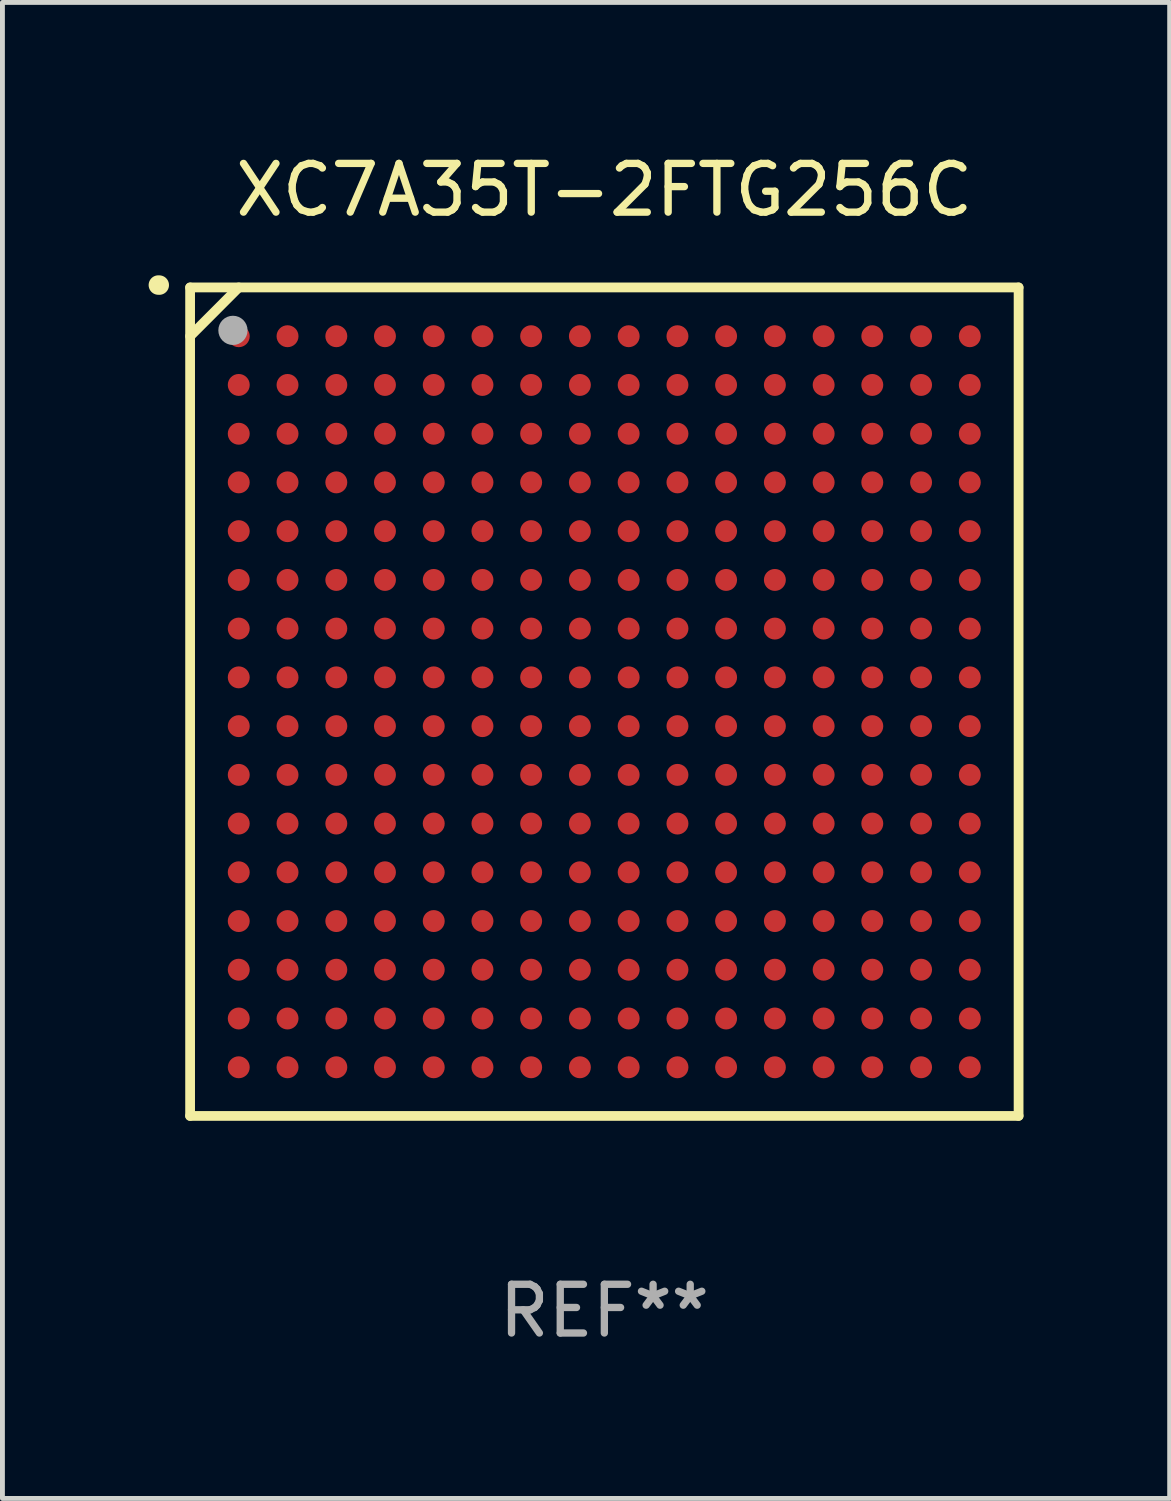
<source format=kicad_pcb>
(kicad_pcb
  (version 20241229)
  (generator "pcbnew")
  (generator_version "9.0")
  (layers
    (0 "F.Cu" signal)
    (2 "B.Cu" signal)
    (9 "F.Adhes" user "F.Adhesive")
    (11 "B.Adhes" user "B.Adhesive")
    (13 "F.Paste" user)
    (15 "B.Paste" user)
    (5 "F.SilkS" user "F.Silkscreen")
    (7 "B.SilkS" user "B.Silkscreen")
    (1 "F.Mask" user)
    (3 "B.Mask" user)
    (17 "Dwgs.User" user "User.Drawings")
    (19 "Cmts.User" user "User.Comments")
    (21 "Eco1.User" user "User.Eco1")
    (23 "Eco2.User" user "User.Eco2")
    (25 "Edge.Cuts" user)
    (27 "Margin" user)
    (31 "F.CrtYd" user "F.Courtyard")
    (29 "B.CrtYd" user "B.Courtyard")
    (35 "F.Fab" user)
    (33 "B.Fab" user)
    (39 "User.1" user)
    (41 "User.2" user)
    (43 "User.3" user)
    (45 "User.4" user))
  (footprint "XC7A35T-2FTG256C"
    (layer "F.Cu")
    (at 9.351 11.348)
    (property "Reference" "XC7A35T-2FTG256C" (at 0 -10.5 0) (layer "F.SilkS") (effects (font (size 1 1) (thickness 0.15))))
    (attr through_hole)
    (fp_line (start -8.5 -8.5) (end 8.5 -8.5) (stroke (width 0.2) (type solid)) (layer "F.SilkS"))
    (fp_line (start -8.5 -7.499) (end -7.502 -8.5) (stroke (width 0.2) (type solid)) (layer "F.SilkS"))
    (fp_line (start -8.5 8.5) (end -8.5 -8.5) (stroke (width 0.2) (type solid)) (layer "F.SilkS"))
    (fp_line (start 8.5 -8.5) (end 8.5 8.5) (stroke (width 0.2) (type solid)) (layer "F.SilkS"))
    (fp_line (start 8.5 8.5) (end -8.5 8.5) (stroke (width 0.2) (type solid)) (layer "F.SilkS"))
    (fp_arc (start -9.151181 -8.548768) (mid -9.142295 -8.548541) (end -9.133426 -8.547955) (stroke (width 0.4) (type solid)) (layer "F.SilkS"))
    (fp_circle (center -8.501 -8.499) (end -8.471 -8.499) (stroke (width 0.06) (type solid)) (fill no) (layer "F.SilkS"))
    (fp_circle (center -7.621 -7.619) (end -7.471 -7.619) (stroke (width 0.3) (type solid)) (fill no) (layer "F.Fab"))
    (fp_text user "REF**" (at 0 12.5 0) (layer "F.Fab") (effects (font (size 1 1) (thickness 0.15))))
    (pad "A1" smd circle (at -7.502 -7.499) (size 0.45 0.45) (layers "F.Cu" "F.Mask" "F.Paste"))
    (pad "A2" smd circle (at -6.501 -7.499) (size 0.45 0.45) (layers "F.Cu" "F.Mask" "F.Paste"))
    (pad "A3" smd circle (at -5.5 -7.499) (size 0.45 0.45) (layers "F.Cu" "F.Mask" "F.Paste"))
    (pad "A4" smd circle (at -4.502 -7.499) (size 0.45 0.45) (layers "F.Cu" "F.Mask" "F.Paste"))
    (pad "A5" smd circle (at -3.501 -7.499) (size 0.45 0.45) (layers "F.Cu" "F.Mask" "F.Paste"))
    (pad "A6" smd circle (at -2.501 -7.499) (size 0.45 0.45) (layers "F.Cu" "F.Mask" "F.Paste"))
    (pad "A7" smd circle (at -1.502 -7.499) (size 0.45 0.45) (layers "F.Cu" "F.Mask" "F.Paste"))
    (pad "A8" smd circle (at -0.502 -7.499) (size 0.45 0.45) (layers "F.Cu" "F.Mask" "F.Paste"))
    (pad "A9" smd circle (at 0.499 -7.499) (size 0.45 0.45) (layers "F.Cu" "F.Mask" "F.Paste"))
    (pad "A10" smd circle (at 1.5 -7.499) (size 0.45 0.45) (layers "F.Cu" "F.Mask" "F.Paste"))
    (pad "A11" smd circle (at 2.498 -7.499) (size 0.45 0.45) (layers "F.Cu" "F.Mask" "F.Paste"))
    (pad "A12" smd circle (at 3.499 -7.499) (size 0.45 0.45) (layers "F.Cu" "F.Mask" "F.Paste"))
    (pad "A13" smd circle (at 4.5 -7.499) (size 0.45 0.45) (layers "F.Cu" "F.Mask" "F.Paste"))
    (pad "A14" smd circle (at 5.498 -7.499) (size 0.45 0.45) (layers "F.Cu" "F.Mask" "F.Paste"))
    (pad "A15" smd circle (at 6.499 -7.499) (size 0.45 0.45) (layers "F.Cu" "F.Mask" "F.Paste"))
    (pad "A16" smd circle (at 7.499 -7.499) (size 0.45 0.45) (layers "F.Cu" "F.Mask" "F.Paste"))
    (pad "B1" smd circle (at -7.502 -6.499) (size 0.45 0.45) (layers "F.Cu" "F.Mask" "F.Paste"))
    (pad "B2" smd circle (at -6.501 -6.499) (size 0.45 0.45) (layers "F.Cu" "F.Mask" "F.Paste"))
    (pad "B3" smd circle (at -5.5 -6.499) (size 0.45 0.45) (layers "F.Cu" "F.Mask" "F.Paste"))
    (pad "B4" smd circle (at -4.502 -6.499) (size 0.45 0.45) (layers "F.Cu" "F.Mask" "F.Paste"))
    (pad "B5" smd circle (at -3.501 -6.499) (size 0.45 0.45) (layers "F.Cu" "F.Mask" "F.Paste"))
    (pad "B6" smd circle (at -2.501 -6.499) (size 0.45 0.45) (layers "F.Cu" "F.Mask" "F.Paste"))
    (pad "B7" smd circle (at -1.502 -6.499) (size 0.45 0.45) (layers "F.Cu" "F.Mask" "F.Paste"))
    (pad "B8" smd circle (at -0.502 -6.499) (size 0.45 0.45) (layers "F.Cu" "F.Mask" "F.Paste"))
    (pad "B9" smd circle (at 0.499 -6.499) (size 0.45 0.45) (layers "F.Cu" "F.Mask" "F.Paste"))
    (pad "B10" smd circle (at 1.5 -6.499) (size 0.45 0.45) (layers "F.Cu" "F.Mask" "F.Paste"))
    (pad "B11" smd circle (at 2.498 -6.499) (size 0.45 0.45) (layers "F.Cu" "F.Mask" "F.Paste"))
    (pad "B12" smd circle (at 3.499 -6.499) (size 0.45 0.45) (layers "F.Cu" "F.Mask" "F.Paste"))
    (pad "B13" smd circle (at 4.5 -6.499) (size 0.45 0.45) (layers "F.Cu" "F.Mask" "F.Paste"))
    (pad "B14" smd circle (at 5.498 -6.499) (size 0.45 0.45) (layers "F.Cu" "F.Mask" "F.Paste"))
    (pad "B15" smd circle (at 6.499 -6.499) (size 0.45 0.45) (layers "F.Cu" "F.Mask" "F.Paste"))
    (pad "B16" smd circle (at 7.499 -6.499) (size 0.45 0.45) (layers "F.Cu" "F.Mask" "F.Paste"))
    (pad "C1" smd circle (at -7.502 -5.498) (size 0.45 0.45) (layers "F.Cu" "F.Mask" "F.Paste"))
    (pad "C2" smd circle (at -6.501 -5.498) (size 0.45 0.45) (layers "F.Cu" "F.Mask" "F.Paste"))
    (pad "C3" smd circle (at -5.5 -5.498) (size 0.45 0.45) (layers "F.Cu" "F.Mask" "F.Paste"))
    (pad "C4" smd circle (at -4.502 -5.498) (size 0.45 0.45) (layers "F.Cu" "F.Mask" "F.Paste"))
    (pad "C5" smd circle (at -3.501 -5.498) (size 0.45 0.45) (layers "F.Cu" "F.Mask" "F.Paste"))
    (pad "C6" smd circle (at -2.501 -5.498) (size 0.45 0.45) (layers "F.Cu" "F.Mask" "F.Paste"))
    (pad "C7" smd circle (at -1.502 -5.498) (size 0.45 0.45) (layers "F.Cu" "F.Mask" "F.Paste"))
    (pad "C8" smd circle (at -0.502 -5.498) (size 0.45 0.45) (layers "F.Cu" "F.Mask" "F.Paste"))
    (pad "C9" smd circle (at 0.499 -5.498) (size 0.45 0.45) (layers "F.Cu" "F.Mask" "F.Paste"))
    (pad "C10" smd circle (at 1.5 -5.498) (size 0.45 0.45) (layers "F.Cu" "F.Mask" "F.Paste"))
    (pad "C11" smd circle (at 2.498 -5.498) (size 0.45 0.45) (layers "F.Cu" "F.Mask" "F.Paste"))
    (pad "C12" smd circle (at 3.499 -5.498) (size 0.45 0.45) (layers "F.Cu" "F.Mask" "F.Paste"))
    (pad "C13" smd circle (at 4.5 -5.498) (size 0.45 0.45) (layers "F.Cu" "F.Mask" "F.Paste"))
    (pad "C14" smd circle (at 5.498 -5.498) (size 0.45 0.45) (layers "F.Cu" "F.Mask" "F.Paste"))
    (pad "C15" smd circle (at 6.499 -5.498) (size 0.45 0.45) (layers "F.Cu" "F.Mask" "F.Paste"))
    (pad "C16" smd circle (at 7.499 -5.498) (size 0.45 0.45) (layers "F.Cu" "F.Mask" "F.Paste"))
    (pad "D1" smd circle (at -7.502 -4.5) (size 0.45 0.45) (layers "F.Cu" "F.Mask" "F.Paste"))
    (pad "D2" smd circle (at -6.501 -4.5) (size 0.45 0.45) (layers "F.Cu" "F.Mask" "F.Paste"))
    (pad "D3" smd circle (at -5.5 -4.5) (size 0.45 0.45) (layers "F.Cu" "F.Mask" "F.Paste"))
    (pad "D4" smd circle (at -4.502 -4.5) (size 0.45 0.45) (layers "F.Cu" "F.Mask" "F.Paste"))
    (pad "D5" smd circle (at -3.501 -4.5) (size 0.45 0.45) (layers "F.Cu" "F.Mask" "F.Paste"))
    (pad "D6" smd circle (at -2.501 -4.5) (size 0.45 0.45) (layers "F.Cu" "F.Mask" "F.Paste"))
    (pad "D7" smd circle (at -1.502 -4.5) (size 0.45 0.45) (layers "F.Cu" "F.Mask" "F.Paste"))
    (pad "D8" smd circle (at -0.502 -4.5) (size 0.45 0.45) (layers "F.Cu" "F.Mask" "F.Paste"))
    (pad "D9" smd circle (at 0.499 -4.5) (size 0.45 0.45) (layers "F.Cu" "F.Mask" "F.Paste"))
    (pad "D10" smd circle (at 1.5 -4.5) (size 0.45 0.45) (layers "F.Cu" "F.Mask" "F.Paste"))
    (pad "D11" smd circle (at 2.498 -4.5) (size 0.45 0.45) (layers "F.Cu" "F.Mask" "F.Paste"))
    (pad "D12" smd circle (at 3.499 -4.5) (size 0.45 0.45) (layers "F.Cu" "F.Mask" "F.Paste"))
    (pad "D13" smd circle (at 4.5 -4.5) (size 0.45 0.45) (layers "F.Cu" "F.Mask" "F.Paste"))
    (pad "D14" smd circle (at 5.498 -4.5) (size 0.45 0.45) (layers "F.Cu" "F.Mask" "F.Paste"))
    (pad "D15" smd circle (at 6.499 -4.5) (size 0.45 0.45) (layers "F.Cu" "F.Mask" "F.Paste"))
    (pad "D16" smd circle (at 7.499 -4.5) (size 0.45 0.45) (layers "F.Cu" "F.Mask" "F.Paste"))
    (pad "E1" smd circle (at -7.502 -3.499) (size 0.45 0.45) (layers "F.Cu" "F.Mask" "F.Paste"))
    (pad "E2" smd circle (at -6.501 -3.499) (size 0.45 0.45) (layers "F.Cu" "F.Mask" "F.Paste"))
    (pad "E3" smd circle (at -5.5 -3.499) (size 0.45 0.45) (layers "F.Cu" "F.Mask" "F.Paste"))
    (pad "E4" smd circle (at -4.502 -3.499) (size 0.45 0.45) (layers "F.Cu" "F.Mask" "F.Paste"))
    (pad "E5" smd circle (at -3.501 -3.499) (size 0.45 0.45) (layers "F.Cu" "F.Mask" "F.Paste"))
    (pad "E6" smd circle (at -2.501 -3.499) (size 0.45 0.45) (layers "F.Cu" "F.Mask" "F.Paste"))
    (pad "E7" smd circle (at -1.502 -3.499) (size 0.45 0.45) (layers "F.Cu" "F.Mask" "F.Paste"))
    (pad "E8" smd circle (at -0.502 -3.499) (size 0.45 0.45) (layers "F.Cu" "F.Mask" "F.Paste"))
    (pad "E9" smd circle (at 0.499 -3.499) (size 0.45 0.45) (layers "F.Cu" "F.Mask" "F.Paste"))
    (pad "E10" smd circle (at 1.5 -3.499) (size 0.45 0.45) (layers "F.Cu" "F.Mask" "F.Paste"))
    (pad "E11" smd circle (at 2.498 -3.499) (size 0.45 0.45) (layers "F.Cu" "F.Mask" "F.Paste"))
    (pad "E12" smd circle (at 3.499 -3.499) (size 0.45 0.45) (layers "F.Cu" "F.Mask" "F.Paste"))
    (pad "E13" smd circle (at 4.5 -3.499) (size 0.45 0.45) (layers "F.Cu" "F.Mask" "F.Paste"))
    (pad "E14" smd circle (at 5.498 -3.499) (size 0.45 0.45) (layers "F.Cu" "F.Mask" "F.Paste"))
    (pad "E15" smd circle (at 6.499 -3.499) (size 0.45 0.45) (layers "F.Cu" "F.Mask" "F.Paste"))
    (pad "E16" smd circle (at 7.499 -3.499) (size 0.45 0.45) (layers "F.Cu" "F.Mask" "F.Paste"))
    (pad "F1" smd circle (at -7.502 -2.498) (size 0.45 0.45) (layers "F.Cu" "F.Mask" "F.Paste"))
    (pad "F2" smd circle (at -6.501 -2.498) (size 0.45 0.45) (layers "F.Cu" "F.Mask" "F.Paste"))
    (pad "F3" smd circle (at -5.5 -2.498) (size 0.45 0.45) (layers "F.Cu" "F.Mask" "F.Paste"))
    (pad "F4" smd circle (at -4.502 -2.498) (size 0.45 0.45) (layers "F.Cu" "F.Mask" "F.Paste"))
    (pad "F5" smd circle (at -3.501 -2.498) (size 0.45 0.45) (layers "F.Cu" "F.Mask" "F.Paste"))
    (pad "F6" smd circle (at -2.501 -2.498) (size 0.45 0.45) (layers "F.Cu" "F.Mask" "F.Paste"))
    (pad "F7" smd circle (at -1.502 -2.498) (size 0.45 0.45) (layers "F.Cu" "F.Mask" "F.Paste"))
    (pad "F8" smd circle (at -0.502 -2.498) (size 0.45 0.45) (layers "F.Cu" "F.Mask" "F.Paste"))
    (pad "F9" smd circle (at 0.499 -2.498) (size 0.45 0.45) (layers "F.Cu" "F.Mask" "F.Paste"))
    (pad "F10" smd circle (at 1.5 -2.498) (size 0.45 0.45) (layers "F.Cu" "F.Mask" "F.Paste"))
    (pad "F11" smd circle (at 2.498 -2.498) (size 0.45 0.45) (layers "F.Cu" "F.Mask" "F.Paste"))
    (pad "F12" smd circle (at 3.499 -2.498) (size 0.45 0.45) (layers "F.Cu" "F.Mask" "F.Paste"))
    (pad "F13" smd circle (at 4.5 -2.498) (size 0.45 0.45) (layers "F.Cu" "F.Mask" "F.Paste"))
    (pad "F14" smd circle (at 5.498 -2.498) (size 0.45 0.45) (layers "F.Cu" "F.Mask" "F.Paste"))
    (pad "F15" smd circle (at 6.499 -2.498) (size 0.45 0.45) (layers "F.Cu" "F.Mask" "F.Paste"))
    (pad "F16" smd circle (at 7.499 -2.498) (size 0.45 0.45) (layers "F.Cu" "F.Mask" "F.Paste"))
    (pad "G1" smd circle (at -7.502 -1.5) (size 0.45 0.45) (layers "F.Cu" "F.Mask" "F.Paste"))
    (pad "G2" smd circle (at -6.501 -1.5) (size 0.45 0.45) (layers "F.Cu" "F.Mask" "F.Paste"))
    (pad "G3" smd circle (at -5.5 -1.5) (size 0.45 0.45) (layers "F.Cu" "F.Mask" "F.Paste"))
    (pad "G4" smd circle (at -4.502 -1.5) (size 0.45 0.45) (layers "F.Cu" "F.Mask" "F.Paste"))
    (pad "G5" smd circle (at -3.501 -1.5) (size 0.45 0.45) (layers "F.Cu" "F.Mask" "F.Paste"))
    (pad "G6" smd circle (at -2.501 -1.5) (size 0.45 0.45) (layers "F.Cu" "F.Mask" "F.Paste"))
    (pad "G7" smd circle (at -1.502 -1.5) (size 0.45 0.45) (layers "F.Cu" "F.Mask" "F.Paste"))
    (pad "G8" smd circle (at -0.502 -1.5) (size 0.45 0.45) (layers "F.Cu" "F.Mask" "F.Paste"))
    (pad "G9" smd circle (at 0.499 -1.5) (size 0.45 0.45) (layers "F.Cu" "F.Mask" "F.Paste"))
    (pad "G10" smd circle (at 1.5 -1.5) (size 0.45 0.45) (layers "F.Cu" "F.Mask" "F.Paste"))
    (pad "G11" smd circle (at 2.498 -1.5) (size 0.45 0.45) (layers "F.Cu" "F.Mask" "F.Paste"))
    (pad "G12" smd circle (at 3.499 -1.5) (size 0.45 0.45) (layers "F.Cu" "F.Mask" "F.Paste"))
    (pad "G13" smd circle (at 4.5 -1.5) (size 0.45 0.45) (layers "F.Cu" "F.Mask" "F.Paste"))
    (pad "G14" smd circle (at 5.498 -1.5) (size 0.45 0.45) (layers "F.Cu" "F.Mask" "F.Paste"))
    (pad "G15" smd circle (at 6.499 -1.5) (size 0.45 0.45) (layers "F.Cu" "F.Mask" "F.Paste"))
    (pad "G16" smd circle (at 7.499 -1.5) (size 0.45 0.45) (layers "F.Cu" "F.Mask" "F.Paste"))
    (pad "H1" smd circle (at -7.502 -0.499) (size 0.45 0.45) (layers "F.Cu" "F.Mask" "F.Paste"))
    (pad "H2" smd circle (at -6.501 -0.499) (size 0.45 0.45) (layers "F.Cu" "F.Mask" "F.Paste"))
    (pad "H3" smd circle (at -5.5 -0.499) (size 0.45 0.45) (layers "F.Cu" "F.Mask" "F.Paste"))
    (pad "H4" smd circle (at -4.502 -0.499) (size 0.45 0.45) (layers "F.Cu" "F.Mask" "F.Paste"))
    (pad "H5" smd circle (at -3.501 -0.499) (size 0.45 0.45) (layers "F.Cu" "F.Mask" "F.Paste"))
    (pad "H6" smd circle (at -2.501 -0.499) (size 0.45 0.45) (layers "F.Cu" "F.Mask" "F.Paste"))
    (pad "H7" smd circle (at -1.502 -0.499) (size 0.45 0.45) (layers "F.Cu" "F.Mask" "F.Paste"))
    (pad "H8" smd circle (at -0.502 -0.499) (size 0.45 0.45) (layers "F.Cu" "F.Mask" "F.Paste"))
    (pad "H9" smd circle (at 0.499 -0.499) (size 0.45 0.45) (layers "F.Cu" "F.Mask" "F.Paste"))
    (pad "H10" smd circle (at 1.5 -0.499) (size 0.45 0.45) (layers "F.Cu" "F.Mask" "F.Paste"))
    (pad "H11" smd circle (at 2.498 -0.499) (size 0.45 0.45) (layers "F.Cu" "F.Mask" "F.Paste"))
    (pad "H12" smd circle (at 3.499 -0.499) (size 0.45 0.45) (layers "F.Cu" "F.Mask" "F.Paste"))
    (pad "H13" smd circle (at 4.5 -0.499) (size 0.45 0.45) (layers "F.Cu" "F.Mask" "F.Paste"))
    (pad "H14" smd circle (at 5.498 -0.499) (size 0.45 0.45) (layers "F.Cu" "F.Mask" "F.Paste"))
    (pad "H15" smd circle (at 6.499 -0.499) (size 0.45 0.45) (layers "F.Cu" "F.Mask" "F.Paste"))
    (pad "H16" smd circle (at 7.499 -0.499) (size 0.45 0.45) (layers "F.Cu" "F.Mask" "F.Paste"))
    (pad "J1" smd circle (at -7.502 0.502) (size 0.45 0.45) (layers "F.Cu" "F.Mask" "F.Paste"))
    (pad "J2" smd circle (at -6.501 0.502) (size 0.45 0.45) (layers "F.Cu" "F.Mask" "F.Paste"))
    (pad "J3" smd circle (at -5.5 0.502) (size 0.45 0.45) (layers "F.Cu" "F.Mask" "F.Paste"))
    (pad "J4" smd circle (at -4.502 0.502) (size 0.45 0.45) (layers "F.Cu" "F.Mask" "F.Paste"))
    (pad "J5" smd circle (at -3.501 0.502) (size 0.45 0.45) (layers "F.Cu" "F.Mask" "F.Paste"))
    (pad "J6" smd circle (at -2.501 0.502) (size 0.45 0.45) (layers "F.Cu" "F.Mask" "F.Paste"))
    (pad "J7" smd circle (at -1.502 0.502) (size 0.45 0.45) (layers "F.Cu" "F.Mask" "F.Paste"))
    (pad "J8" smd circle (at -0.502 0.502) (size 0.45 0.45) (layers "F.Cu" "F.Mask" "F.Paste"))
    (pad "J9" smd circle (at 0.499 0.502) (size 0.45 0.45) (layers "F.Cu" "F.Mask" "F.Paste"))
    (pad "J10" smd circle (at 1.5 0.502) (size 0.45 0.45) (layers "F.Cu" "F.Mask" "F.Paste"))
    (pad "J11" smd circle (at 2.498 0.502) (size 0.45 0.45) (layers "F.Cu" "F.Mask" "F.Paste"))
    (pad "J12" smd circle (at 3.499 0.502) (size 0.45 0.45) (layers "F.Cu" "F.Mask" "F.Paste"))
    (pad "J13" smd circle (at 4.5 0.502) (size 0.45 0.45) (layers "F.Cu" "F.Mask" "F.Paste"))
    (pad "J14" smd circle (at 5.498 0.502) (size 0.45 0.45) (layers "F.Cu" "F.Mask" "F.Paste"))
    (pad "J15" smd circle (at 6.499 0.502) (size 0.45 0.45) (layers "F.Cu" "F.Mask" "F.Paste"))
    (pad "J16" smd circle (at 7.499 0.502) (size 0.45 0.45) (layers "F.Cu" "F.Mask" "F.Paste"))
    (pad "K1" smd circle (at -7.502 1.502) (size 0.45 0.45) (layers "F.Cu" "F.Mask" "F.Paste"))
    (pad "K2" smd circle (at -6.501 1.502) (size 0.45 0.45) (layers "F.Cu" "F.Mask" "F.Paste"))
    (pad "K3" smd circle (at -5.5 1.502) (size 0.45 0.45) (layers "F.Cu" "F.Mask" "F.Paste"))
    (pad "K4" smd circle (at -4.502 1.502) (size 0.45 0.45) (layers "F.Cu" "F.Mask" "F.Paste"))
    (pad "K5" smd circle (at -3.501 1.502) (size 0.45 0.45) (layers "F.Cu" "F.Mask" "F.Paste"))
    (pad "K6" smd circle (at -2.501 1.502) (size 0.45 0.45) (layers "F.Cu" "F.Mask" "F.Paste"))
    (pad "K7" smd circle (at -1.502 1.502) (size 0.45 0.45) (layers "F.Cu" "F.Mask" "F.Paste"))
    (pad "K8" smd circle (at -0.502 1.502) (size 0.45 0.45) (layers "F.Cu" "F.Mask" "F.Paste"))
    (pad "K9" smd circle (at 0.499 1.502) (size 0.45 0.45) (layers "F.Cu" "F.Mask" "F.Paste"))
    (pad "K10" smd circle (at 1.5 1.502) (size 0.45 0.45) (layers "F.Cu" "F.Mask" "F.Paste"))
    (pad "K11" smd circle (at 2.498 1.502) (size 0.45 0.45) (layers "F.Cu" "F.Mask" "F.Paste"))
    (pad "K12" smd circle (at 3.499 1.502) (size 0.45 0.45) (layers "F.Cu" "F.Mask" "F.Paste"))
    (pad "K13" smd circle (at 4.5 1.502) (size 0.45 0.45) (layers "F.Cu" "F.Mask" "F.Paste"))
    (pad "K14" smd circle (at 5.498 1.502) (size 0.45 0.45) (layers "F.Cu" "F.Mask" "F.Paste"))
    (pad "K15" smd circle (at 6.499 1.502) (size 0.45 0.45) (layers "F.Cu" "F.Mask" "F.Paste"))
    (pad "K16" smd circle (at 7.499 1.502) (size 0.45 0.45) (layers "F.Cu" "F.Mask" "F.Paste"))
    (pad "L1" smd circle (at -7.502 2.501) (size 0.45 0.45) (layers "F.Cu" "F.Mask" "F.Paste"))
    (pad "L2" smd circle (at -6.501 2.501) (size 0.45 0.45) (layers "F.Cu" "F.Mask" "F.Paste"))
    (pad "L3" smd circle (at -5.5 2.501) (size 0.45 0.45) (layers "F.Cu" "F.Mask" "F.Paste"))
    (pad "L4" smd circle (at -4.502 2.501) (size 0.45 0.45) (layers "F.Cu" "F.Mask" "F.Paste"))
    (pad "L5" smd circle (at -3.501 2.501) (size 0.45 0.45) (layers "F.Cu" "F.Mask" "F.Paste"))
    (pad "L6" smd circle (at -2.501 2.501) (size 0.45 0.45) (layers "F.Cu" "F.Mask" "F.Paste"))
    (pad "L7" smd circle (at -1.502 2.501) (size 0.45 0.45) (layers "F.Cu" "F.Mask" "F.Paste"))
    (pad "L8" smd circle (at -0.502 2.501) (size 0.45 0.45) (layers "F.Cu" "F.Mask" "F.Paste"))
    (pad "L9" smd circle (at 0.499 2.501) (size 0.45 0.45) (layers "F.Cu" "F.Mask" "F.Paste"))
    (pad "L10" smd circle (at 1.5 2.501) (size 0.45 0.45) (layers "F.Cu" "F.Mask" "F.Paste"))
    (pad "L11" smd circle (at 2.498 2.501) (size 0.45 0.45) (layers "F.Cu" "F.Mask" "F.Paste"))
    (pad "L12" smd circle (at 3.499 2.501) (size 0.45 0.45) (layers "F.Cu" "F.Mask" "F.Paste"))
    (pad "L13" smd circle (at 4.5 2.501) (size 0.45 0.45) (layers "F.Cu" "F.Mask" "F.Paste"))
    (pad "L14" smd circle (at 5.498 2.501) (size 0.45 0.45) (layers "F.Cu" "F.Mask" "F.Paste"))
    (pad "L15" smd circle (at 6.499 2.501) (size 0.45 0.45) (layers "F.Cu" "F.Mask" "F.Paste"))
    (pad "L16" smd circle (at 7.499 2.501) (size 0.45 0.45) (layers "F.Cu" "F.Mask" "F.Paste"))
    (pad "M1" smd circle (at -7.502 3.501) (size 0.45 0.45) (layers "F.Cu" "F.Mask" "F.Paste"))
    (pad "M2" smd circle (at -6.501 3.501) (size 0.45 0.45) (layers "F.Cu" "F.Mask" "F.Paste"))
    (pad "M3" smd circle (at -5.5 3.501) (size 0.45 0.45) (layers "F.Cu" "F.Mask" "F.Paste"))
    (pad "M4" smd circle (at -4.502 3.501) (size 0.45 0.45) (layers "F.Cu" "F.Mask" "F.Paste"))
    (pad "M5" smd circle (at -3.501 3.501) (size 0.45 0.45) (layers "F.Cu" "F.Mask" "F.Paste"))
    (pad "M6" smd circle (at -2.501 3.501) (size 0.45 0.45) (layers "F.Cu" "F.Mask" "F.Paste"))
    (pad "M7" smd circle (at -1.502 3.501) (size 0.45 0.45) (layers "F.Cu" "F.Mask" "F.Paste"))
    (pad "M8" smd circle (at -0.502 3.501) (size 0.45 0.45) (layers "F.Cu" "F.Mask" "F.Paste"))
    (pad "M9" smd circle (at 0.499 3.501) (size 0.45 0.45) (layers "F.Cu" "F.Mask" "F.Paste"))
    (pad "M10" smd circle (at 1.5 3.501) (size 0.45 0.45) (layers "F.Cu" "F.Mask" "F.Paste"))
    (pad "M11" smd circle (at 2.498 3.501) (size 0.45 0.45) (layers "F.Cu" "F.Mask" "F.Paste"))
    (pad "M12" smd circle (at 3.499 3.501) (size 0.45 0.45) (layers "F.Cu" "F.Mask" "F.Paste"))
    (pad "M13" smd circle (at 4.5 3.501) (size 0.45 0.45) (layers "F.Cu" "F.Mask" "F.Paste"))
    (pad "M14" smd circle (at 5.498 3.501) (size 0.45 0.45) (layers "F.Cu" "F.Mask" "F.Paste"))
    (pad "M15" smd circle (at 6.499 3.501) (size 0.45 0.45) (layers "F.Cu" "F.Mask" "F.Paste"))
    (pad "M16" smd circle (at 7.499 3.501) (size 0.45 0.45) (layers "F.Cu" "F.Mask" "F.Paste"))
    (pad "N1" smd circle (at -7.502 4.502) (size 0.45 0.45) (layers "F.Cu" "F.Mask" "F.Paste"))
    (pad "N2" smd circle (at -6.501 4.502) (size 0.45 0.45) (layers "F.Cu" "F.Mask" "F.Paste"))
    (pad "N3" smd circle (at -5.5 4.502) (size 0.45 0.45) (layers "F.Cu" "F.Mask" "F.Paste"))
    (pad "N4" smd circle (at -4.502 4.502) (size 0.45 0.45) (layers "F.Cu" "F.Mask" "F.Paste"))
    (pad "N5" smd circle (at -3.501 4.502) (size 0.45 0.45) (layers "F.Cu" "F.Mask" "F.Paste"))
    (pad "N6" smd circle (at -2.501 4.502) (size 0.45 0.45) (layers "F.Cu" "F.Mask" "F.Paste"))
    (pad "N7" smd circle (at -1.502 4.502) (size 0.45 0.45) (layers "F.Cu" "F.Mask" "F.Paste"))
    (pad "N8" smd circle (at -0.502 4.502) (size 0.45 0.45) (layers "F.Cu" "F.Mask" "F.Paste"))
    (pad "N9" smd circle (at 0.499 4.502) (size 0.45 0.45) (layers "F.Cu" "F.Mask" "F.Paste"))
    (pad "N10" smd circle (at 1.5 4.502) (size 0.45 0.45) (layers "F.Cu" "F.Mask" "F.Paste"))
    (pad "N11" smd circle (at 2.498 4.502) (size 0.45 0.45) (layers "F.Cu" "F.Mask" "F.Paste"))
    (pad "N12" smd circle (at 3.499 4.502) (size 0.45 0.45) (layers "F.Cu" "F.Mask" "F.Paste"))
    (pad "N13" smd circle (at 4.5 4.502) (size 0.45 0.45) (layers "F.Cu" "F.Mask" "F.Paste"))
    (pad "N14" smd circle (at 5.498 4.502) (size 0.45 0.45) (layers "F.Cu" "F.Mask" "F.Paste"))
    (pad "N15" smd circle (at 6.499 4.502) (size 0.45 0.45) (layers "F.Cu" "F.Mask" "F.Paste"))
    (pad "N16" smd circle (at 7.499 4.502) (size 0.45 0.45) (layers "F.Cu" "F.Mask" "F.Paste"))
    (pad "P1" smd circle (at -7.502 5.5) (size 0.45 0.45) (layers "F.Cu" "F.Mask" "F.Paste"))
    (pad "P2" smd circle (at -6.501 5.5) (size 0.45 0.45) (layers "F.Cu" "F.Mask" "F.Paste"))
    (pad "P3" smd circle (at -5.5 5.5) (size 0.45 0.45) (layers "F.Cu" "F.Mask" "F.Paste"))
    (pad "P4" smd circle (at -4.502 5.5) (size 0.45 0.45) (layers "F.Cu" "F.Mask" "F.Paste"))
    (pad "P5" smd circle (at -3.501 5.5) (size 0.45 0.45) (layers "F.Cu" "F.Mask" "F.Paste"))
    (pad "P6" smd circle (at -2.501 5.5) (size 0.45 0.45) (layers "F.Cu" "F.Mask" "F.Paste"))
    (pad "P7" smd circle (at -1.502 5.5) (size 0.45 0.45) (layers "F.Cu" "F.Mask" "F.Paste"))
    (pad "P8" smd circle (at -0.502 5.5) (size 0.45 0.45) (layers "F.Cu" "F.Mask" "F.Paste"))
    (pad "P9" smd circle (at 0.499 5.5) (size 0.45 0.45) (layers "F.Cu" "F.Mask" "F.Paste"))
    (pad "P10" smd circle (at 1.5 5.5) (size 0.45 0.45) (layers "F.Cu" "F.Mask" "F.Paste"))
    (pad "P11" smd circle (at 2.498 5.5) (size 0.45 0.45) (layers "F.Cu" "F.Mask" "F.Paste"))
    (pad "P12" smd circle (at 3.499 5.5) (size 0.45 0.45) (layers "F.Cu" "F.Mask" "F.Paste"))
    (pad "P13" smd circle (at 4.5 5.5) (size 0.45 0.45) (layers "F.Cu" "F.Mask" "F.Paste"))
    (pad "P14" smd circle (at 5.498 5.5) (size 0.45 0.45) (layers "F.Cu" "F.Mask" "F.Paste"))
    (pad "P15" smd circle (at 6.499 5.5) (size 0.45 0.45) (layers "F.Cu" "F.Mask" "F.Paste"))
    (pad "P16" smd circle (at 7.499 5.5) (size 0.45 0.45) (layers "F.Cu" "F.Mask" "F.Paste"))
    (pad "R1" smd circle (at -7.502 6.501) (size 0.45 0.45) (layers "F.Cu" "F.Mask" "F.Paste"))
    (pad "R2" smd circle (at -6.501 6.501) (size 0.45 0.45) (layers "F.Cu" "F.Mask" "F.Paste"))
    (pad "R3" smd circle (at -5.5 6.501) (size 0.45 0.45) (layers "F.Cu" "F.Mask" "F.Paste"))
    (pad "R4" smd circle (at -4.502 6.501) (size 0.45 0.45) (layers "F.Cu" "F.Mask" "F.Paste"))
    (pad "R5" smd circle (at -3.501 6.501) (size 0.45 0.45) (layers "F.Cu" "F.Mask" "F.Paste"))
    (pad "R6" smd circle (at -2.501 6.501) (size 0.45 0.45) (layers "F.Cu" "F.Mask" "F.Paste"))
    (pad "R7" smd circle (at -1.502 6.501) (size 0.45 0.45) (layers "F.Cu" "F.Mask" "F.Paste"))
    (pad "R8" smd circle (at -0.502 6.501) (size 0.45 0.45) (layers "F.Cu" "F.Mask" "F.Paste"))
    (pad "R9" smd circle (at 0.499 6.501) (size 0.45 0.45) (layers "F.Cu" "F.Mask" "F.Paste"))
    (pad "R10" smd circle (at 1.5 6.501) (size 0.45 0.45) (layers "F.Cu" "F.Mask" "F.Paste"))
    (pad "R11" smd circle (at 2.498 6.501) (size 0.45 0.45) (layers "F.Cu" "F.Mask" "F.Paste"))
    (pad "R12" smd circle (at 3.499 6.501) (size 0.45 0.45) (layers "F.Cu" "F.Mask" "F.Paste"))
    (pad "R13" smd circle (at 4.5 6.501) (size 0.45 0.45) (layers "F.Cu" "F.Mask" "F.Paste"))
    (pad "R14" smd circle (at 5.498 6.501) (size 0.45 0.45) (layers "F.Cu" "F.Mask" "F.Paste"))
    (pad "R15" smd circle (at 6.499 6.501) (size 0.45 0.45) (layers "F.Cu" "F.Mask" "F.Paste"))
    (pad "R16" smd circle (at 7.499 6.501) (size 0.45 0.45) (layers "F.Cu" "F.Mask" "F.Paste"))
    (pad "T1" smd circle (at -7.502 7.502) (size 0.45 0.45) (layers "F.Cu" "F.Mask" "F.Paste"))
    (pad "T2" smd circle (at -6.501 7.502) (size 0.45 0.45) (layers "F.Cu" "F.Mask" "F.Paste"))
    (pad "T3" smd circle (at -5.5 7.502) (size 0.45 0.45) (layers "F.Cu" "F.Mask" "F.Paste"))
    (pad "T4" smd circle (at -4.502 7.502) (size 0.45 0.45) (layers "F.Cu" "F.Mask" "F.Paste"))
    (pad "T5" smd circle (at -3.501 7.502) (size 0.45 0.45) (layers "F.Cu" "F.Mask" "F.Paste"))
    (pad "T6" smd circle (at -2.501 7.502) (size 0.45 0.45) (layers "F.Cu" "F.Mask" "F.Paste"))
    (pad "T7" smd circle (at -1.502 7.502) (size 0.45 0.45) (layers "F.Cu" "F.Mask" "F.Paste"))
    (pad "T8" smd circle (at -0.502 7.502) (size 0.45 0.45) (layers "F.Cu" "F.Mask" "F.Paste"))
    (pad "T9" smd circle (at 0.499 7.502) (size 0.45 0.45) (layers "F.Cu" "F.Mask" "F.Paste"))
    (pad "T10" smd circle (at 1.5 7.502) (size 0.45 0.45) (layers "F.Cu" "F.Mask" "F.Paste"))
    (pad "T11" smd circle (at 2.498 7.502) (size 0.45 0.45) (layers "F.Cu" "F.Mask" "F.Paste"))
    (pad "T12" smd circle (at 3.499 7.502) (size 0.45 0.45) (layers "F.Cu" "F.Mask" "F.Paste"))
    (pad "T13" smd circle (at 4.5 7.502) (size 0.45 0.45) (layers "F.Cu" "F.Mask" "F.Paste"))
    (pad "T14" smd circle (at 5.498 7.502) (size 0.45 0.45) (layers "F.Cu" "F.Mask" "F.Paste"))
    (pad "T15" smd circle (at 6.499 7.502) (size 0.45 0.45) (layers "F.Cu" "F.Mask" "F.Paste"))
    (pad "T16" smd circle (at 7.499 7.502) (size 0.45 0.45) (layers "F.Cu" "F.Mask" "F.Paste")))
  (gr_rect
    (start -3 -3)
    (end 20.951 27.697)
    (stroke (width 0.1) (type default))
    (fill no)
    (layer "Edge.Cuts")))
</source>
